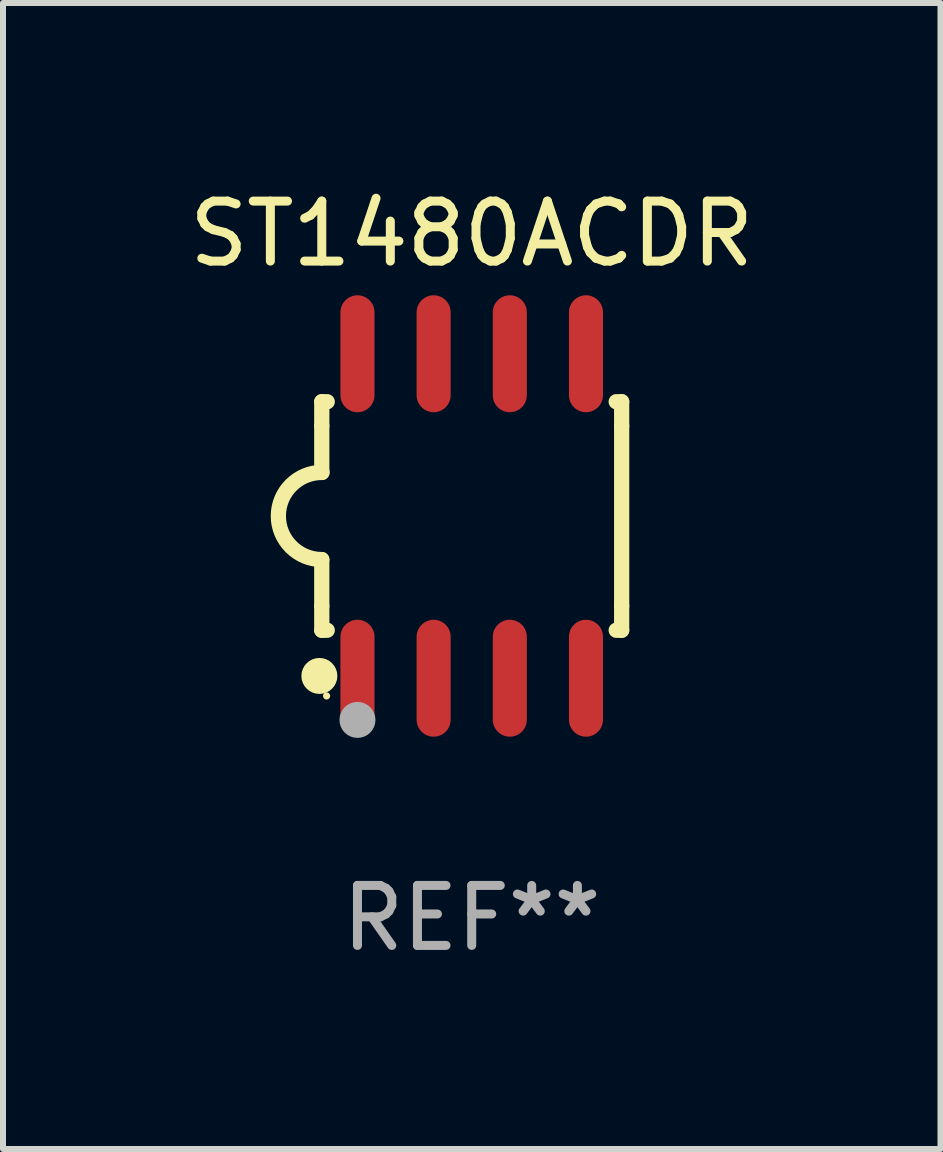
<source format=kicad_pcb>
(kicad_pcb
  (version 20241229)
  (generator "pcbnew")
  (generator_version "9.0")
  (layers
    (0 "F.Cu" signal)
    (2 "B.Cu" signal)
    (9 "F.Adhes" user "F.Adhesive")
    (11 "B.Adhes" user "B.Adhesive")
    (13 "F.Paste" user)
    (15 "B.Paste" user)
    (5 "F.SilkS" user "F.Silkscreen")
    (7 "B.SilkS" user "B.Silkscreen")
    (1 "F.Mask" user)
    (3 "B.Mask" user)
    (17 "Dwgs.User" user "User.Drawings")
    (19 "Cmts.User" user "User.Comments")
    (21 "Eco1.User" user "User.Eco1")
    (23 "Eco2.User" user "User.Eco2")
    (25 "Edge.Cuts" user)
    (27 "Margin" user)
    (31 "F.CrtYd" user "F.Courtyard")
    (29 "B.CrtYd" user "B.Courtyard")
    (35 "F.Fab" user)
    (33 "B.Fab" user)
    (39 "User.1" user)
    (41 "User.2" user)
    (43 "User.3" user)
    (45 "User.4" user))
  (footprint "ST1480ACDR"
    (layer "F.Cu")
    (at 4.815 5.553)
    (property "Reference" "ST1480ACDR" (at 0 -4.705 0) (layer "F.SilkS") (effects (font (size 1 1) (thickness 0.15))))
    (attr through_hole)
    (fp_line (start -2.5 -1.905) (end -2.409 -1.905) (stroke (width 0.254) (type solid)) (layer "F.SilkS"))
    (fp_line (start -2.5 -1.5) (end -2.5 -1.905) (stroke (width 0.254) (type solid)) (layer "F.SilkS"))
    (fp_line (start -2.5 -1.5) (end -2.5 -0.726) (stroke (width 0.254) (type solid)) (layer "F.SilkS"))
    (fp_line (start -2.5 1.5) (end -2.5 0.727) (stroke (width 0.254) (type solid)) (layer "F.SilkS"))
    (fp_line (start -2.5 1.5) (end -2.5 1.905) (stroke (width 0.254) (type solid)) (layer "F.SilkS"))
    (fp_line (start -2.5 1.905) (end -2.409 1.905) (stroke (width 0.254) (type solid)) (layer "F.SilkS"))
    (fp_line (start 2.5 -1.905) (end 2.409 -1.905) (stroke (width 0.254) (type solid)) (layer "F.SilkS"))
    (fp_line (start 2.5 -1.5) (end 2.5 -1.905) (stroke (width 0.254) (type solid)) (layer "F.SilkS"))
    (fp_line (start 2.5 -1.5) (end 2.5 1.5) (stroke (width 0.254) (type solid)) (layer "F.SilkS"))
    (fp_line (start 2.5 1.5) (end 2.5 1.905) (stroke (width 0.254) (type solid)) (layer "F.SilkS"))
    (fp_line (start 2.5 1.905) (end 2.409 1.905) (stroke (width 0.254) (type solid)) (layer "F.SilkS"))
    (fp_arc (start -2.5 0.726568) (mid -3.220316 -0.0023) (end -2.495097 -0.726289) (stroke (width 0.254001) (type solid)) (layer "F.SilkS"))
    (fp_circle (center -2.54 2.667) (end -2.39 2.667) (stroke (width 0.3) (type solid)) (fill no) (layer "F.SilkS"))
    (fp_circle (center -2.42 3) (end -2.39 3) (stroke (width 0.06) (type solid)) (fill no) (layer "F.SilkS"))
    (fp_circle (center -1.905 3.4) (end -1.755 3.4) (stroke (width 0.3) (type solid)) (fill no) (layer "F.Fab"))
    (fp_text user "REF**" (at 0 6.705 0) (layer "F.Fab") (effects (font (size 1 1) (thickness 0.15))))
    (pad "1" smd oval (at -1.905 2.705) (size 0.568 1.95) (layers "F.Cu" "F.Mask" "F.Paste"))
    (pad "2" smd oval (at -0.635 2.705) (size 0.568 1.95) (layers "F.Cu" "F.Mask" "F.Paste"))
    (pad "3" smd oval (at 0.635 2.705) (size 0.568 1.95) (layers "F.Cu" "F.Mask" "F.Paste"))
    (pad "4" smd oval (at 1.905 2.705) (size 0.568 1.95) (layers "F.Cu" "F.Mask" "F.Paste"))
    (pad "5" smd oval (at 1.905 -2.705) (size 0.568 1.95) (layers "F.Cu" "F.Mask" "F.Paste"))
    (pad "6" smd oval (at 0.635 -2.705) (size 0.568 1.95) (layers "F.Cu" "F.Mask" "F.Paste"))
    (pad "7" smd oval (at -0.635 -2.705) (size 0.568 1.95) (layers "F.Cu" "F.Mask" "F.Paste"))
    (pad "8" smd oval (at -1.905 -2.705) (size 0.568 1.95) (layers "F.Cu" "F.Mask" "F.Paste")))
  (gr_rect
    (start -3 -3)
    (end 12.631 16.107)
    (stroke (width 0.1) (type default))
    (fill no)
    (layer "Edge.Cuts")))
</source>
